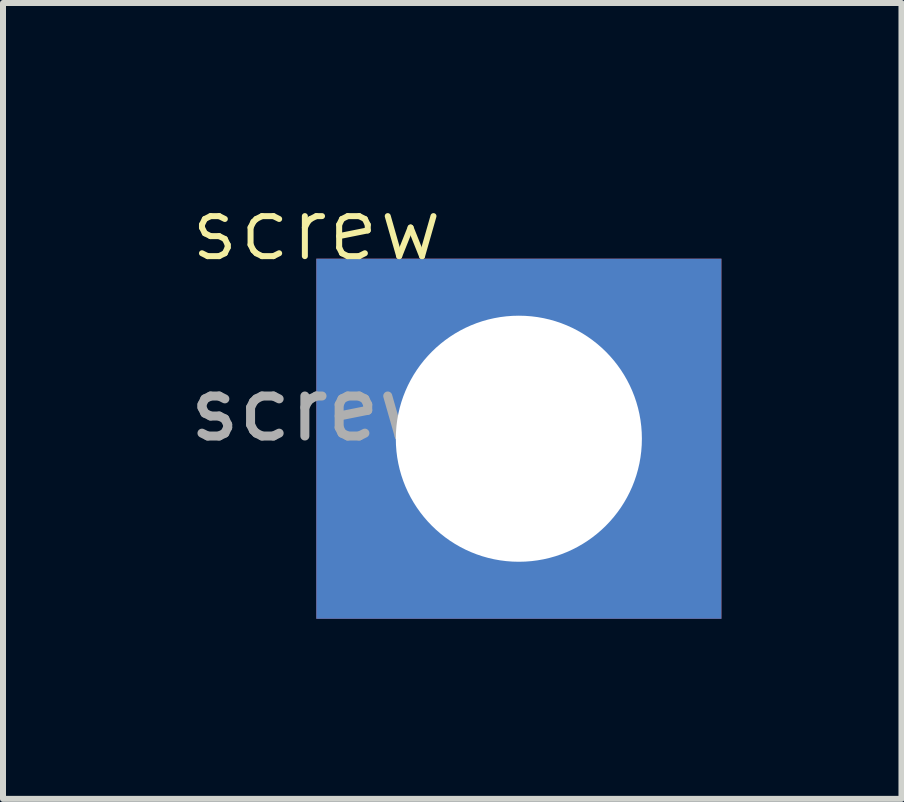
<source format=kicad_pcb>
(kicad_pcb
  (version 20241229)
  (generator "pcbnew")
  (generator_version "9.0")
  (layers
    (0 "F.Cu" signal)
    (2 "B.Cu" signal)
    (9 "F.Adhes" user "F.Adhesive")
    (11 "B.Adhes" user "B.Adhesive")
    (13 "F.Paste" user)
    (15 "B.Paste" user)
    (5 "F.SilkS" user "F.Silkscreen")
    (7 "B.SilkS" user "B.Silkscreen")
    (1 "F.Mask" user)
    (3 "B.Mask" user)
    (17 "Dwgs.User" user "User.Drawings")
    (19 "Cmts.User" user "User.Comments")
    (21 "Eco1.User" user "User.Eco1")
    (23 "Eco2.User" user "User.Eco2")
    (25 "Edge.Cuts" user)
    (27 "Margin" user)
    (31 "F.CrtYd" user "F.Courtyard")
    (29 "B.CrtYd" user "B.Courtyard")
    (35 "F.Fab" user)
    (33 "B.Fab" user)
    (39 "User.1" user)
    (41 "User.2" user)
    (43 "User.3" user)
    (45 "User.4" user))
  (footprint "screw"
    (layer "F.Cu")
    (at 2.22 1.26)
    (property "Reference" "screw" (at 0 -0.5 0) (unlocked yes) (layer "F.SilkS") (effects (font (size 1 1) (thickness 0.1))))
    (attr smd)
    (fp_text user "${REFERENCE}" (at 0 2.5 0) (unlocked yes) (layer "F.Fab") (effects (font (size 1 1) (thickness 0.15))))
    (pad "1" thru_hole rect (at 3.375 3) (size 6.75 6) (drill 4.1) (layers "*.Cu" "*.Mask")))
  (gr_rect
    (start -3 -3)
    (end 11.97 10.261)
    (stroke (width 0.1) (type default))
    (fill no)
    (layer "Edge.Cuts")))
</source>
